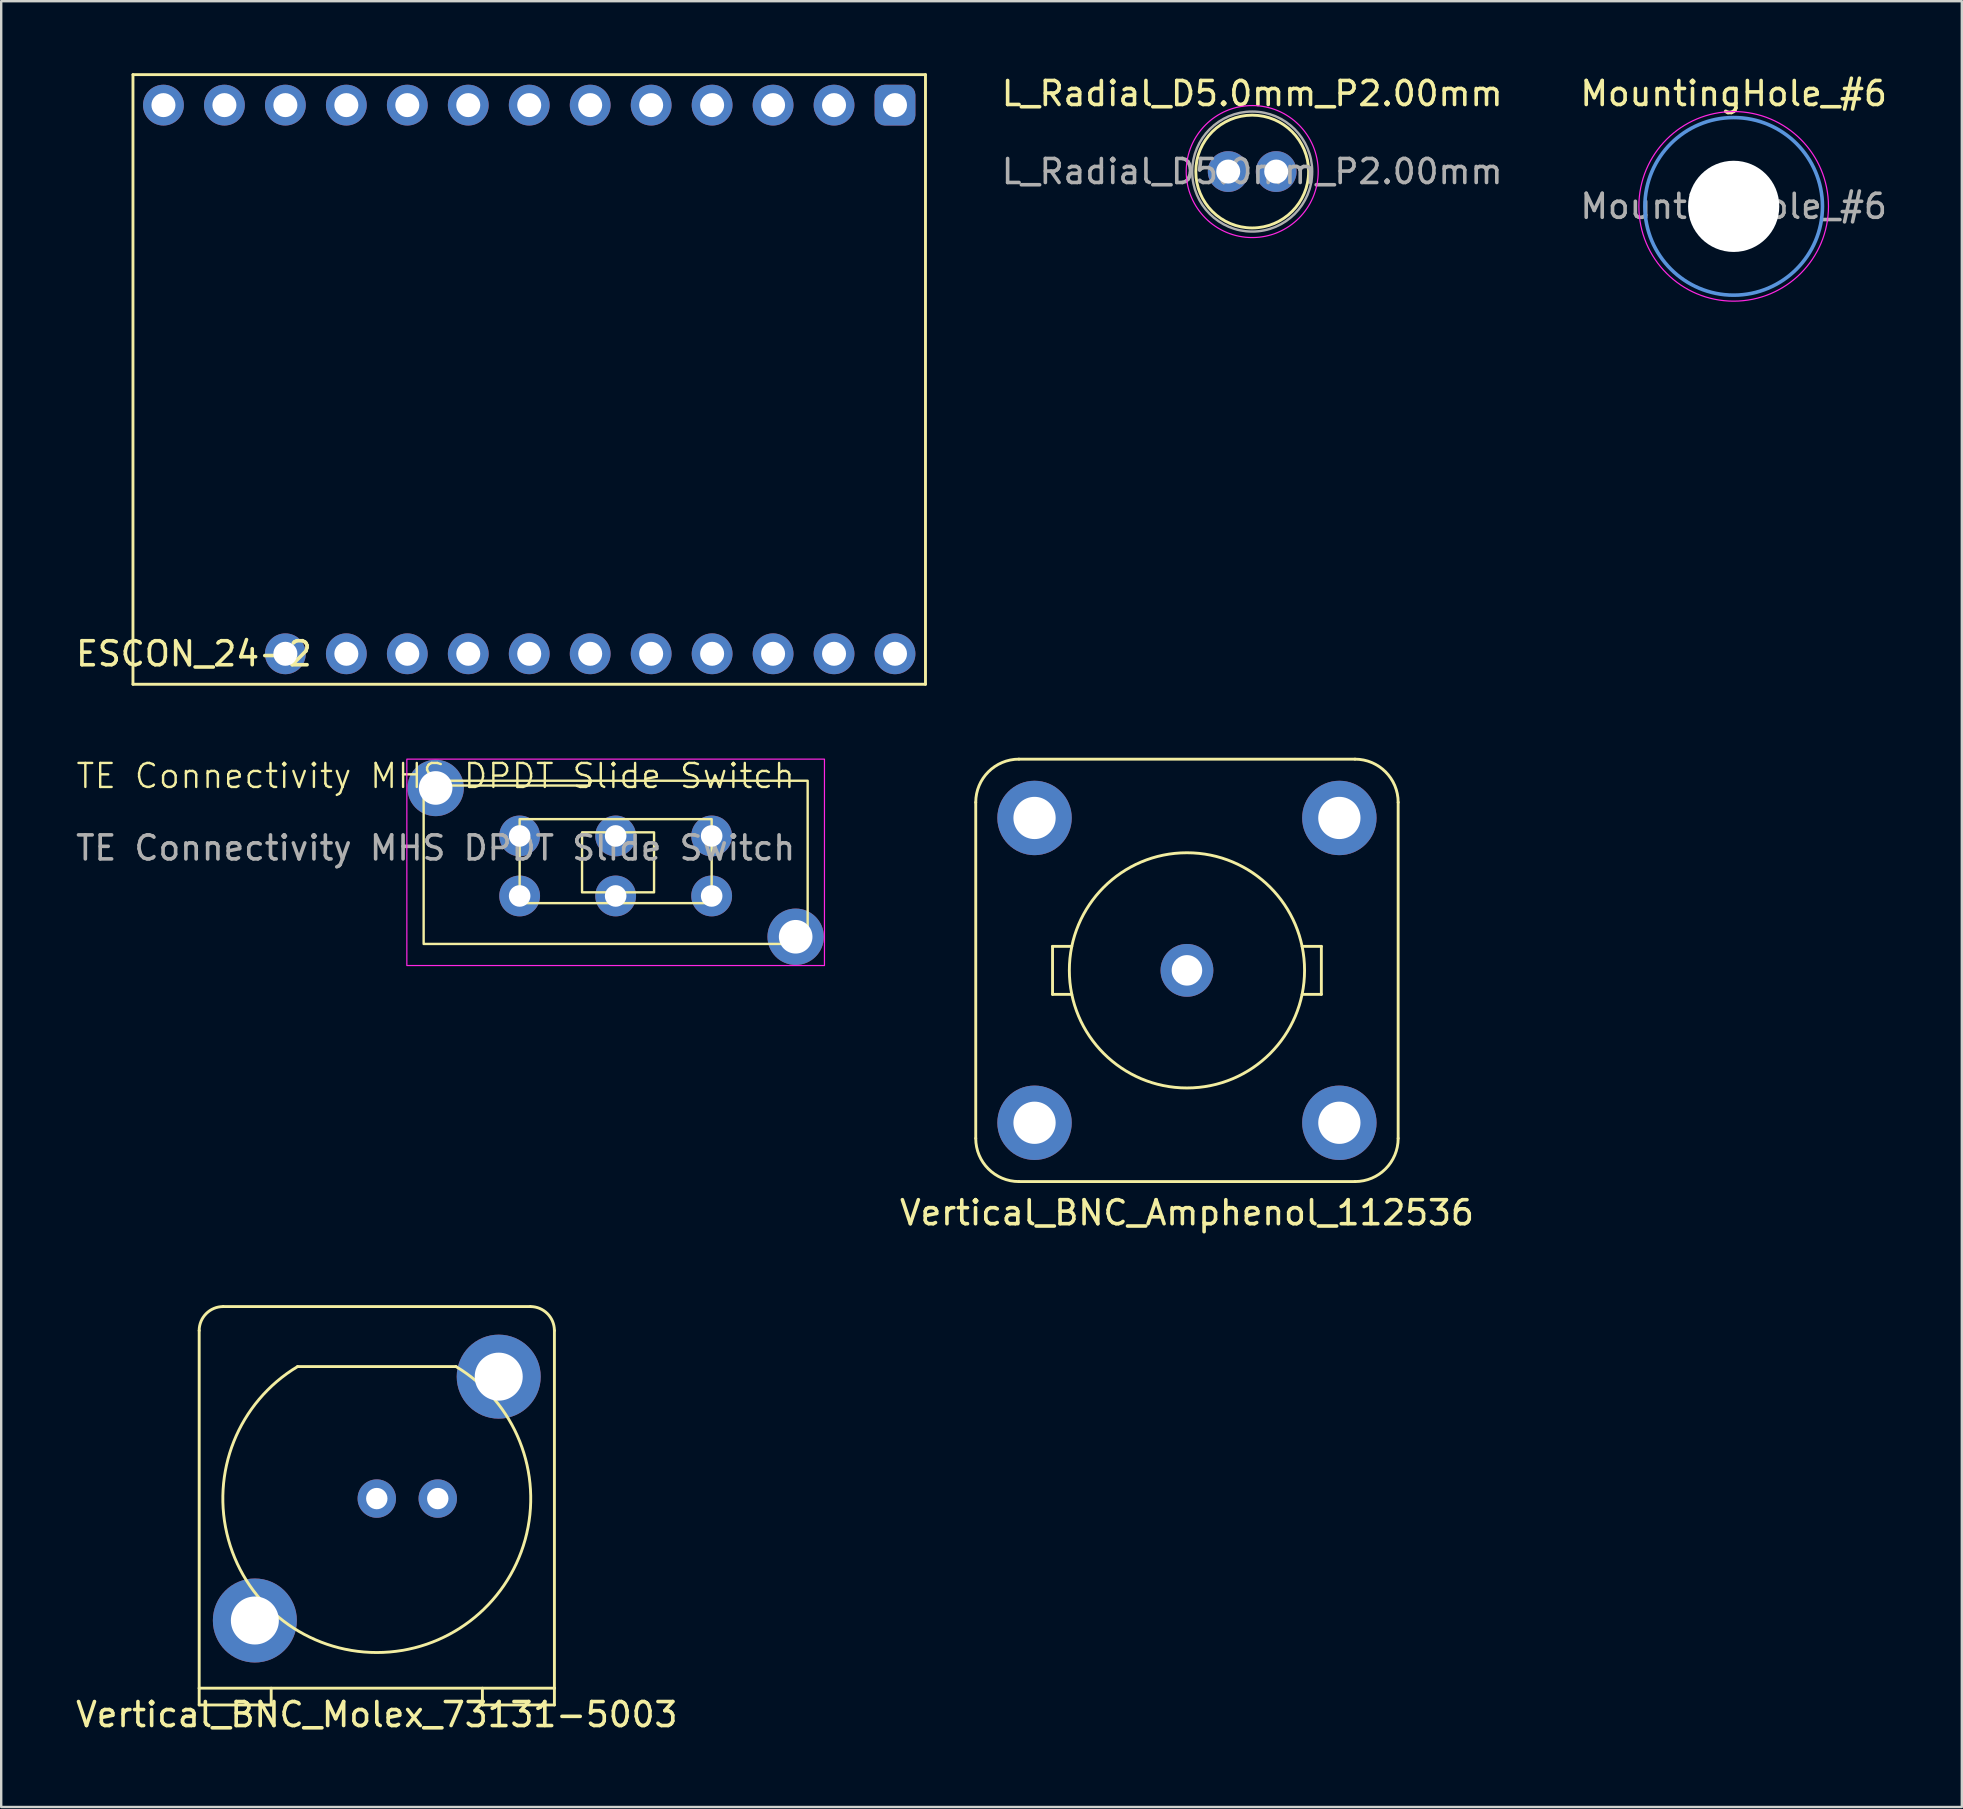
<source format=kicad_pcb>
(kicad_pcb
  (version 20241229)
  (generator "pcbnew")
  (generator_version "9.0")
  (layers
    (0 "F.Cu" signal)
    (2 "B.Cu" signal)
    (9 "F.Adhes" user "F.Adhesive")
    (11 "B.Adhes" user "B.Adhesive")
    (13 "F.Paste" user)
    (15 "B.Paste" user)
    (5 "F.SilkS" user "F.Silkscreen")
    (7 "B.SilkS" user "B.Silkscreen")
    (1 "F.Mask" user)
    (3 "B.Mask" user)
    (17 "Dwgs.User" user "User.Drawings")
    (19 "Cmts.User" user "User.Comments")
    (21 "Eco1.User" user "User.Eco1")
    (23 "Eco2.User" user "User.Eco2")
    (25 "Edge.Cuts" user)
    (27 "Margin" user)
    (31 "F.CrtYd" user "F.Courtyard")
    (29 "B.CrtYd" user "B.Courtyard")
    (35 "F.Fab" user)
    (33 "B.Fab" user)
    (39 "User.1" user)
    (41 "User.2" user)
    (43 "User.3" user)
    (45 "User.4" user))
  (footprint "Vertical_BNC_Molex_73131-5003"
    (layer "F.Cu")
    (at 12.649 59.388)
    (property "Reference" "Vertical_BNC_Molex_73131-5003" (at 0 9 0) (layer "F.SilkS") (effects (font (size 1 1) (thickness 0.15))))
    (attr through_hole)
    (fp_line (start -7.4 -7) (end -7.4 7.9) (stroke (width 0.12) (type solid)) (layer "F.SilkS"))
    (fp_line (start -7.4 7.9) (end -7.4 8.6) (stroke (width 0.12) (type solid)) (layer "F.SilkS"))
    (fp_line (start -7.4 7.9) (end 7.4 7.9) (stroke (width 0.12) (type solid)) (layer "F.SilkS"))
    (fp_line (start -7.4 8.6) (end -4.4 8.6) (stroke (width 0.12) (type solid)) (layer "F.SilkS"))
    (fp_line (start -4.4 8.6) (end -4.4 7.9) (stroke (width 0.12) (type solid)) (layer "F.SilkS"))
    (fp_line (start -3.3 -5.5) (end 3.3 -5.5) (stroke (width 0.12) (type solid)) (layer "F.SilkS"))
    (fp_line (start 4.4 8.6) (end 4.4 7.9) (stroke (width 0.12) (type solid)) (layer "F.SilkS"))
    (fp_line (start 6.4 -8) (end -6.4 -8) (stroke (width 0.12) (type solid)) (layer "F.SilkS"))
    (fp_line (start 7.4 7.9) (end 7.4 -7) (stroke (width 0.12) (type solid)) (layer "F.SilkS"))
    (fp_line (start 7.4 7.9) (end 7.4 8.6) (stroke (width 0.12) (type solid)) (layer "F.SilkS"))
    (fp_line (start 7.4 8.6) (end 4.4 8.6) (stroke (width 0.12) (type solid)) (layer "F.SilkS"))
    (fp_arc (start -7.4 -7) (mid -7.107107 -7.707107) (end -6.4 -8) (stroke (width 0.12) (type solid)) (layer "F.SilkS"))
    (fp_arc (start 3.3 -5.499999) (mid 0 6.414046) (end -3.299999 -5.499999) (stroke (width 0.12) (type solid)) (layer "F.SilkS"))
    (fp_arc (start 6.4 -8) (mid 7.107107 -7.707107) (end 7.4 -7) (stroke (width 0.12) (type solid)) (layer "F.SilkS"))
    (pad "1" thru_hole circle (at 0 0) (size 1.6 1.6) (drill 0.89) (layers "*.Cu" "*.Mask"))
    (pad "2" thru_hole circle (at -5.08 5.08) (size 3.5 3.5) (drill 2) (layers "*.Cu" "*.Mask"))
    (pad "2" thru_hole circle (at 2.54 0) (size 1.6 1.6) (drill 0.89) (layers "*.Cu" "*.Mask"))
    (pad "2" thru_hole circle (at 5.08 -5.08) (size 3.5 3.5) (drill 2) (layers "*.Cu" "*.Mask")))
  (footprint "ESCON_24-2"
    (layer "F.Cu")
    (at 34.24 1.33)
    (property "Reference" "ESCON_24-2" (at -29.21 22.86 0) (layer "F.SilkS") (effects (font (size 1 1) (thickness 0.15))))
    (attr through_hole)
    (fp_line (start -31.75 -1.27) (end 1.27 -1.27) (stroke (width 0.12) (type solid)) (layer "F.SilkS"))
    (fp_line (start -31.75 24.13) (end -31.75 -1.27) (stroke (width 0.12) (type solid)) (layer "F.SilkS"))
    (fp_line (start 1.27 -1.27) (end 1.27 24.13) (stroke (width 0.12) (type solid)) (layer "F.SilkS"))
    (fp_line (start 1.27 24.13) (end -31.75 24.13) (stroke (width 0.12) (type solid)) (layer "F.SilkS"))
    (pad "1" thru_hole roundrect (at 0 0) (size 1.7 1.7) (drill 1) (layers "*.Cu" "*.Mask") (roundrect_rratio 0.25))
    (pad "2" thru_hole circle (at -2.54 0) (size 1.7 1.7) (drill 1) (layers "*.Cu" "*.Mask"))
    (pad "3" thru_hole circle (at -5.08 0) (size 1.7 1.7) (drill 1) (layers "*.Cu" "*.Mask"))
    (pad "4" thru_hole circle (at -7.62 0) (size 1.7 1.7) (drill 1) (layers "*.Cu" "*.Mask"))
    (pad "5" thru_hole circle (at -10.16 0) (size 1.7 1.7) (drill 1) (layers "*.Cu" "*.Mask"))
    (pad "6" thru_hole circle (at -12.7 0) (size 1.7 1.7) (drill 1) (layers "*.Cu" "*.Mask"))
    (pad "7" thru_hole circle (at -15.24 0) (size 1.7 1.7) (drill 1) (layers "*.Cu" "*.Mask"))
    (pad "8" thru_hole circle (at -17.78 0) (size 1.7 1.7) (drill 1) (layers "*.Cu" "*.Mask"))
    (pad "9" thru_hole circle (at -20.32 0) (size 1.7 1.7) (drill 1) (layers "*.Cu" "*.Mask"))
    (pad "10" thru_hole circle (at -22.86 0) (size 1.7 1.7) (drill 1) (layers "*.Cu" "*.Mask"))
    (pad "11" thru_hole circle (at -25.4 0) (size 1.7 1.7) (drill 1) (layers "*.Cu" "*.Mask"))
    (pad "12" thru_hole circle (at -27.94 0) (size 1.7 1.7) (drill 1) (layers "*.Cu" "*.Mask"))
    (pad "13" thru_hole circle (at -30.48 0) (size 1.7 1.7) (drill 1) (layers "*.Cu" "*.Mask"))
    (pad "14" thru_hole circle (at -25.4 22.86) (size 1.7 1.7) (drill 1) (layers "*.Cu" "*.Mask"))
    (pad "15" thru_hole circle (at -22.86 22.86) (size 1.7 1.7) (drill 1) (layers "*.Cu" "*.Mask"))
    (pad "16" thru_hole circle (at -20.32 22.86) (size 1.7 1.7) (drill 1) (layers "*.Cu" "*.Mask"))
    (pad "17" thru_hole circle (at -17.78 22.86) (size 1.7 1.7) (drill 1) (layers "*.Cu" "*.Mask"))
    (pad "18" thru_hole circle (at -15.24 22.86) (size 1.7 1.7) (drill 1) (layers "*.Cu" "*.Mask"))
    (pad "19" thru_hole circle (at -12.7 22.86) (size 1.7 1.7) (drill 1) (layers "*.Cu" "*.Mask"))
    (pad "20" thru_hole circle (at -10.16 22.86) (size 1.7 1.7) (drill 1) (layers "*.Cu" "*.Mask"))
    (pad "21" thru_hole circle (at -7.62 22.86) (size 1.7 1.7) (drill 1) (layers "*.Cu" "*.Mask"))
    (pad "22" thru_hole circle (at -5.08 22.86) (size 1.7 1.7) (drill 1) (layers "*.Cu" "*.Mask"))
    (pad "23" thru_hole circle (at -2.54 22.86) (size 1.7 1.7) (drill 1) (layers "*.Cu" "*.Mask"))
    (pad "24" thru_hole circle (at 0 22.86) (size 1.7 1.7) (drill 1) (layers "*.Cu" "*.Mask")))
  (footprint "MountingHole_#6"
    (layer "F.Cu")
    (at 69.183 5.548)
    (property "Reference" "MountingHole_#6" (at 0 -4.7 0) (layer "F.SilkS") (effects (font (size 1 1) (thickness 0.15))))
    (attr exclude_from_pos_files exclude_from_bom)
    (fp_circle (center 0 0) (end 3.7 0) (stroke (width 0.15) (type solid)) (fill no) (layer "Cmts.User"))
    (fp_circle (center 0 0) (end 3.95 0) (stroke (width 0.05) (type solid)) (fill no) (layer "F.CrtYd"))
    (fp_text user "${REFERENCE}" (at 0 0 0) (layer "F.Fab") (effects (font (size 1 1) (thickness 0.15))))
    (pad "" np_thru_hole circle (at 0 0) (size 3.8 3.8) (drill 3.8) (layers "*.Cu" "*.Mask")))
  (footprint "TE Connectivity MHS DPDT Slide Switch"
    (layer "F.Cu")
    (at 15.101 29.78)
    (property "Reference" "TE Connectivity MHS DPDT Slide Switch" (at 0 -0.5 0) (unlocked yes) (layer "F.SilkS") (effects (font (size 1 1) (thickness 0.1))))
    (attr through_hole)
    (fp_line (start 6.4 -0.3) (end 6.4 -0.1) (stroke (width 0.1) (type default)) (layer "F.SilkS"))
    (fp_line (start 6.4 -0.1) (end -0.5 -0.1) (stroke (width 0.1) (type default)) (layer "F.SilkS"))
    (fp_rect (start -0.5 -0.3) (end 15.5 6.5) (stroke (width 0.1) (type default)) (fill no) (layer "F.SilkS"))
    (fp_rect (start 3.5 1.3) (end 11.5 4.8) (stroke (width 0.1) (type default)) (fill no) (layer "F.SilkS"))
    (fp_rect (start 6.1 1.85) (end 9.1 4.35) (stroke (width 0.1) (type default)) (fill no) (layer "F.SilkS"))
    (fp_rect (start -1.2 -1.2) (end 16.2 7.4) (stroke (width 0.05) (type default)) (fill no) (layer "F.CrtYd"))
    (fp_text user "${REFERENCE}" (at 0 2.5 0) (unlocked yes) (layer "F.Fab") (effects (font (size 1 1) (thickness 0.15))))
    (pad "" thru_hole circle (at 0 0) (size 2.35 2.35) (drill 1.4) (layers "*.Cu" "*.Mask"))
    (pad "" thru_hole circle (at 15 6.2) (size 2.35 2.35) (drill 1.4) (layers "*.Cu" "*.Mask"))
    (pad "1" thru_hole circle (at 11.5 4.5) (size 1.7 1.7) (drill 0.9) (layers "*.Cu" "*.Mask"))
    (pad "2" thru_hole circle (at 7.5 4.5) (size 1.7 1.7) (drill 0.9) (layers "*.Cu" "*.Mask"))
    (pad "3" thru_hole circle (at 3.5 4.5) (size 1.7 1.7) (drill 0.9) (layers "*.Cu" "*.Mask"))
    (pad "4" thru_hole circle (at 11.5 2) (size 1.7 1.7) (drill 0.9) (layers "*.Cu" "*.Mask"))
    (pad "5" thru_hole circle (at 7.5 2) (size 1.7 1.7) (drill 0.9) (layers "*.Cu" "*.Mask"))
    (pad "6" thru_hole circle (at 3.5 2 90) (size 1.7 1.7) (drill 0.9) (layers "*.Cu" "*.Mask")))
  (footprint "Vertical_BNC_Amphenol_112536"
    (layer "F.Cu")
    (at 46.404 37.38)
    (property "Reference" "Vertical_BNC_Amphenol_112536" (at 0 10.1 0) (layer "F.SilkS") (effects (font (size 1 1) (thickness 0.15))))
    (attr through_hole)
    (fp_line (start -8.8 7) (end -8.8 -7) (stroke (width 0.12) (type solid)) (layer "F.SilkS"))
    (fp_line (start -7 -8.8) (end 7 -8.8) (stroke (width 0.12) (type solid)) (layer "F.SilkS"))
    (fp_line (start -5.6 -1) (end -5.6 1) (stroke (width 0.12) (type solid)) (layer "F.SilkS"))
    (fp_line (start -5.6 1) (end -4.8 1) (stroke (width 0.12) (type solid)) (layer "F.SilkS"))
    (fp_line (start -4.8 -1) (end -5.6 -1) (stroke (width 0.12) (type solid)) (layer "F.SilkS"))
    (fp_line (start 4.8 1) (end 5.6 1) (stroke (width 0.12) (type solid)) (layer "F.SilkS"))
    (fp_line (start 5.6 -1) (end 4.8 -1) (stroke (width 0.12) (type solid)) (layer "F.SilkS"))
    (fp_line (start 5.6 1) (end 5.6 -1) (stroke (width 0.12) (type solid)) (layer "F.SilkS"))
    (fp_line (start 7 8.8) (end -7 8.8) (stroke (width 0.12) (type solid)) (layer "F.SilkS"))
    (fp_line (start 8.8 -7) (end 8.8 7) (stroke (width 0.12) (type solid)) (layer "F.SilkS"))
    (fp_arc (start -8.8 -7) (mid -8.272792 -8.272792) (end -7 -8.8) (stroke (width 0.12) (type solid)) (layer "F.SilkS"))
    (fp_arc (start -7 8.8) (mid -8.272792 8.272792) (end -8.8 7) (stroke (width 0.12) (type solid)) (layer "F.SilkS"))
    (fp_arc (start 7 -8.8) (mid 8.272792 -8.272792) (end 8.8 -7) (stroke (width 0.12) (type solid)) (layer "F.SilkS"))
    (fp_arc (start 8.8 7) (mid 8.272792 8.272792) (end 7 8.8) (stroke (width 0.12) (type solid)) (layer "F.SilkS"))
    (fp_circle (center 0 0) (end 4.9 0) (stroke (width 0.12) (type solid)) (fill no) (layer "F.SilkS"))
    (pad "1" thru_hole circle (at 0 0) (size 2.2 2.2) (drill 1.27) (layers "*.Cu" "*.Mask"))
    (pad "2" thru_hole circle (at -6.35 -6.35) (size 3.1 3.1) (drill 1.76) (layers "*.Cu" "*.Mask"))
    (pad "2" thru_hole circle (at -6.35 6.35) (size 3.1 3.1) (drill 1.76) (layers "*.Cu" "*.Mask"))
    (pad "2" thru_hole circle (at 6.35 -6.35) (size 3.1 3.1) (drill 1.76) (layers "*.Cu" "*.Mask"))
    (pad "2" thru_hole circle (at 6.35 6.35) (size 3.1 3.1) (drill 1.76) (layers "*.Cu" "*.Mask")))
  (footprint "L_Radial_D5.0mm_P2.00mm"
    (layer "F.Cu")
    (at 48.123 4.098)
    (property "Reference" "L_Radial_D5.0mm_P2.00mm" (at 1 -3.25 0) (layer "F.SilkS") (effects (font (size 1 1) (thickness 0.15))))
    (attr through_hole)
    (fp_circle (center 1 0) (end 3.35 0) (stroke (width 0.12) (type solid)) (fill no) (layer "F.SilkS"))
    (fp_circle (center 1 0) (end 3.75 0) (stroke (width 0.05) (type solid)) (fill no) (layer "F.CrtYd"))
    (fp_circle (center 1 0) (end 3.5 0) (stroke (width 0.1) (type solid)) (fill no) (layer "F.Fab"))
    (fp_text user "${REFERENCE}" (at 1 0 0) (layer "F.Fab") (effects (font (size 1 1) (thickness 0.15))))
    (pad "1" thru_hole circle (at 0 0) (size 1.7 1.7) (drill 1) (layers "*.Cu" "*.Mask"))
    (pad "2" thru_hole circle (at 2 0) (size 1.7 1.7) (drill 1) (layers "*.Cu" "*.Mask")))
  (gr_rect
    (start -3 -3)
    (end 78.689 72.237)
    (stroke (width 0.1) (type default))
    (fill no)
    (layer "Edge.Cuts")))
</source>
